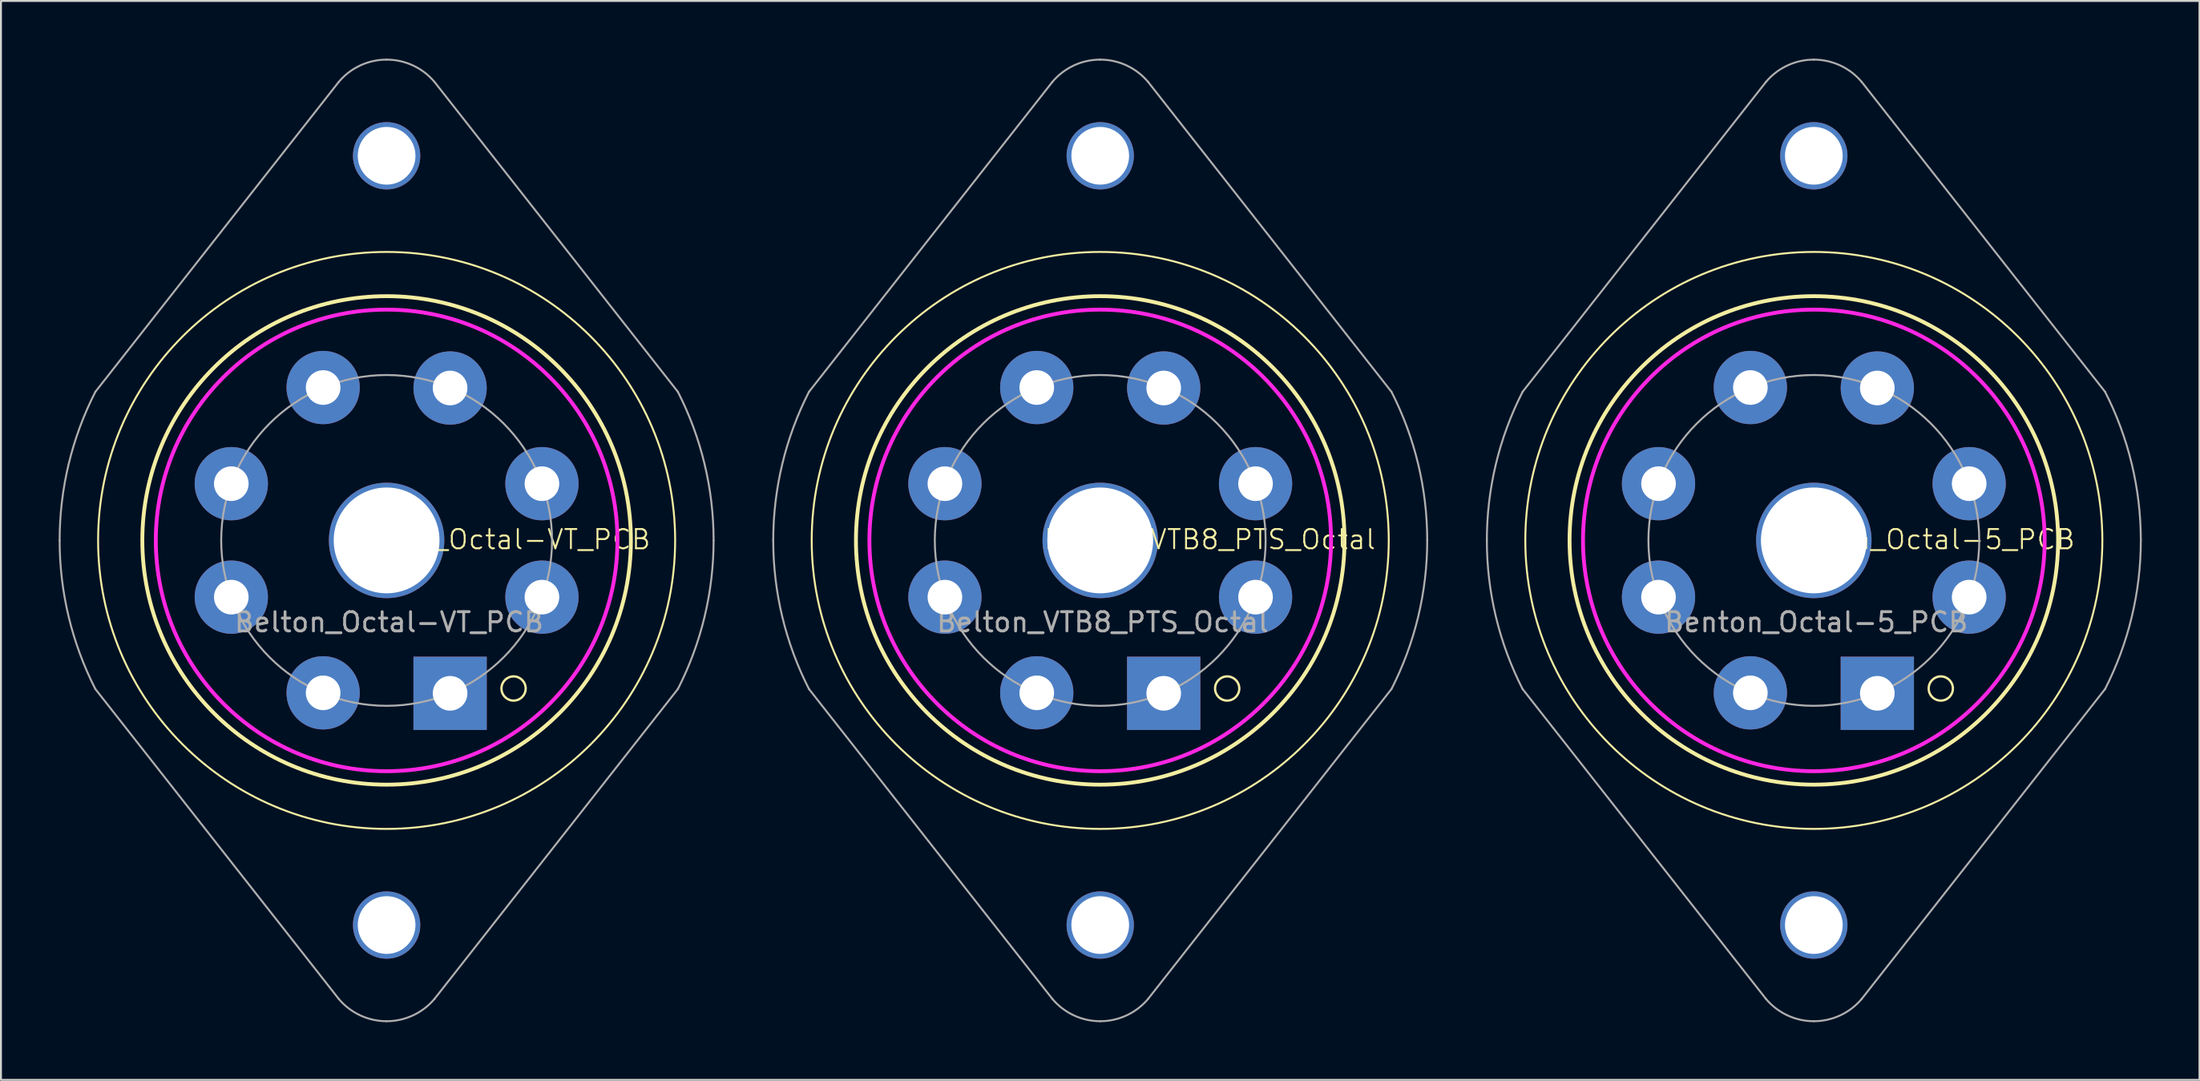
<source format=kicad_pcb>
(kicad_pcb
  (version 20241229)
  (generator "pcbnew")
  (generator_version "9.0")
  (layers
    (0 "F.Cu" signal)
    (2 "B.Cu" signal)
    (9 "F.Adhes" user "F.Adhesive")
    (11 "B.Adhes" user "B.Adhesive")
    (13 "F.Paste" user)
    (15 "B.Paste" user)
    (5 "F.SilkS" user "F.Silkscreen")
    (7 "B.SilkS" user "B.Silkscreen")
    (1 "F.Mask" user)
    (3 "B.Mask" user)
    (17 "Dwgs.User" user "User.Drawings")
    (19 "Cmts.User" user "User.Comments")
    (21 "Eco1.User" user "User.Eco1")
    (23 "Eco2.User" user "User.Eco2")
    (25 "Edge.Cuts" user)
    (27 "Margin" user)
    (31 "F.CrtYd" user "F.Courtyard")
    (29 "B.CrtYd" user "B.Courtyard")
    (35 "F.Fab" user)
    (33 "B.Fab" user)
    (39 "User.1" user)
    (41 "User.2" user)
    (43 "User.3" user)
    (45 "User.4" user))
  (footprint "Belton_Octal-VT_PCB"
    (layer "F.Cu")
    (at 17.125 25.025)
    (property "Reference" "Belton_Octal-VT_PCB" (at 5.625 -0.025 0) (unlocked yes) (layer "F.SilkS") (effects (font (size 1 1) (thickness 0.1))))
    (attr through_hole)
    (fp_circle (center -0.075 0.025) (end 12.625 0.025) (stroke (width 0.2) (type solid)) (fill no) (layer "F.SilkS"))
    (fp_circle (center -0.075 0.025) (end 14.925 0.025) (stroke (width 0.1) (type solid)) (fill no) (layer "F.SilkS"))
    (fp_circle (center 6.525 7.725) (end 6.965 8.175) (stroke (width 0.12) (type solid)) (fill no) (layer "F.SilkS"))
    (fp_circle (center -0.075 0.025) (end 11.925 0.025) (stroke (width 0.2) (type solid)) (fill no) (layer "F.CrtYd"))
    (fp_line (start -2.563 23.866) (end -15.216 7.754) (stroke (width 0.1) (type solid)) (layer "F.Fab"))
    (fp_line (start -2.563 -23.816) (end -15.216 -7.704) (stroke (width 0.1) (type solid)) (layer "F.Fab"))
    (fp_line (start 2.413 -23.816) (end 15.066 -7.704) (stroke (width 0.1) (type solid)) (layer "F.Fab"))
    (fp_line (start 2.413 23.866) (end 15.066 7.754) (stroke (width 0.1) (type solid)) (layer "F.Fab"))
    (fp_arc (start -17.075006 0.024999) (mid -16.603849 -3.949588) (end -15.216495 -7.703863) (stroke (width 0.1) (type solid)) (layer "F.Fab"))
    (fp_arc (start -15.216495 7.753861) (mid -16.603849 3.999586) (end -17.075006 0.024999) (stroke (width 0.1) (type solid)) (layer "F.Fab"))
    (fp_arc (start -2.563129 -23.815865) (mid -1.447441 -24.670999) (end -0.075 -24.975) (stroke (width 0.1) (type solid)) (layer "F.Fab"))
    (fp_arc (start -0.075006 25.024999) (mid -1.447447 24.720996) (end -2.563135 23.865864) (stroke (width 0.1) (type solid)) (layer "F.Fab"))
    (fp_arc (start -0.075 -24.975) (mid 1.297441 -24.670997) (end 2.413129 -23.815865) (stroke (width 0.1) (type solid)) (layer "F.Fab"))
    (fp_arc (start 2.413129 23.865864) (mid 1.297441 24.720996) (end -0.075 25.024999) (stroke (width 0.1) (type solid)) (layer "F.Fab"))
    (fp_arc (start 15.066489 -7.703862) (mid 16.453843 -3.949587) (end 16.925 0.025) (stroke (width 0.1) (type solid)) (layer "F.Fab"))
    (fp_arc (start 16.925 0.025) (mid 16.453843 3.999587) (end 15.066489 7.753862) (stroke (width 0.1) (type solid)) (layer "F.Fab"))
    (fp_circle (center -0.075 0.025) (end 8.525 0.025) (stroke (width 0.1) (type solid)) (fill no) (layer "F.Fab"))
    (fp_text user "${REFERENCE}" (at 0.05 4.275 0) (layer "F.Fab") (effects (font (size 1 1) (thickness 0.15))))
    (pad "" thru_hole circle (at -0.075 -19.975) (size 3.5 3.5) (drill 3) (layers "*.Cu" "*.Mask"))
    (pad "" thru_hole circle (at -0.075 0.025) (size 6 6) (drill 5.5) (layers "*.Cu" "*.Mask"))
    (pad "" thru_hole circle (at -0.075 20.025) (size 3.5 3.5) (drill 3) (layers "*.Cu" "*.Mask"))
    (pad "1" thru_hole rect (at 3.225 7.975) (size 3.81 3.81) (drill 1.8) (layers "*.Cu" "*.Mask"))
    (pad "2" thru_hole circle (at 8 2.975) (size 3.81 3.81) (drill 1.8) (layers "*.Cu" "*.Mask"))
    (pad "3" thru_hole circle (at 8 -2.925) (size 3.81 3.81) (drill 1.8) (layers "*.Cu" "*.Mask"))
    (pad "4" thru_hole circle (at 3.225 -7.9) (size 3.81 3.81) (drill 1.8) (layers "*.Cu" "*.Mask"))
    (pad "5" thru_hole circle (at -3.375 -7.925) (size 3.81 3.81) (drill 1.8) (layers "*.Cu" "*.Mask"))
    (pad "6" thru_hole circle (at -8.15 -2.925) (size 3.81 3.81) (drill 1.8) (layers "*.Cu" "*.Mask"))
    (pad "7" thru_hole circle (at -8.15 2.975) (size 3.81 3.81) (drill 1.8) (layers "*.Cu" "*.Mask"))
    (pad "8" thru_hole circle (at -3.375 7.95) (size 3.81 3.81) (drill 1.8) (layers "*.Cu" "*.Mask")))
  (footprint "Belton_VTB8_PTS_Octal"
    (layer "F.Cu")
    (at 54.225 25.025)
    (property "Reference" "Belton_VTB8_PTS_Octal" (at 5.625 -0.025 0) (unlocked yes) (layer "F.SilkS") (effects (font (size 1 1) (thickness 0.1))))
    (attr through_hole)
    (fp_circle (center -0.075 0.025) (end 12.625 0.025) (stroke (width 0.2) (type solid)) (fill no) (layer "F.SilkS"))
    (fp_circle (center -0.075 0.025) (end 14.925 0.025) (stroke (width 0.1) (type solid)) (fill no) (layer "F.SilkS"))
    (fp_circle (center 6.525 7.725) (end 6.965 8.175) (stroke (width 0.12) (type solid)) (fill no) (layer "F.SilkS"))
    (fp_circle (center -0.075 0.025) (end 11.925 0.025) (stroke (width 0.2) (type solid)) (fill no) (layer "F.CrtYd"))
    (fp_line (start -2.563 23.866) (end -15.216 7.754) (stroke (width 0.1) (type solid)) (layer "F.Fab"))
    (fp_line (start -2.563 -23.816) (end -15.216 -7.704) (stroke (width 0.1) (type solid)) (layer "F.Fab"))
    (fp_line (start 2.413 -23.816) (end 15.066 -7.704) (stroke (width 0.1) (type solid)) (layer "F.Fab"))
    (fp_line (start 2.413 23.866) (end 15.066 7.754) (stroke (width 0.1) (type solid)) (layer "F.Fab"))
    (fp_arc (start -17.075006 0.024999) (mid -16.603849 -3.949588) (end -15.216495 -7.703863) (stroke (width 0.1) (type solid)) (layer "F.Fab"))
    (fp_arc (start -15.216495 7.753861) (mid -16.603849 3.999586) (end -17.075006 0.024999) (stroke (width 0.1) (type solid)) (layer "F.Fab"))
    (fp_arc (start -2.563129 -23.815865) (mid -1.447441 -24.670999) (end -0.075 -24.975) (stroke (width 0.1) (type solid)) (layer "F.Fab"))
    (fp_arc (start -0.075006 25.024999) (mid -1.447447 24.720996) (end -2.563135 23.865864) (stroke (width 0.1) (type solid)) (layer "F.Fab"))
    (fp_arc (start -0.075 -24.975) (mid 1.297441 -24.670997) (end 2.413129 -23.815865) (stroke (width 0.1) (type solid)) (layer "F.Fab"))
    (fp_arc (start 2.413129 23.865864) (mid 1.297441 24.720996) (end -0.075 25.024999) (stroke (width 0.1) (type solid)) (layer "F.Fab"))
    (fp_arc (start 15.066489 -7.703862) (mid 16.453843 -3.949587) (end 16.925 0.025) (stroke (width 0.1) (type solid)) (layer "F.Fab"))
    (fp_arc (start 16.925 0.025) (mid 16.453843 3.999587) (end 15.066489 7.753862) (stroke (width 0.1) (type solid)) (layer "F.Fab"))
    (fp_circle (center -0.075 0.025) (end 8.525 0.025) (stroke (width 0.1) (type solid)) (fill no) (layer "F.Fab"))
    (fp_text user "${REFERENCE}" (at 0.05 4.275 0) (layer "F.Fab") (effects (font (size 1 1) (thickness 0.15))))
    (pad "" thru_hole circle (at -0.075 -19.975) (size 3.5 3.5) (drill 3) (layers "*.Cu" "*.Mask"))
    (pad "" thru_hole circle (at -0.075 0.025) (size 6 6) (drill 5.5) (layers "*.Cu" "*.Mask"))
    (pad "" thru_hole circle (at -0.075 20.025) (size 3.5 3.5) (drill 3) (layers "*.Cu" "*.Mask"))
    (pad "1" thru_hole rect (at 3.225 7.975) (size 3.81 3.81) (drill 1.8) (layers "*.Cu" "*.Mask"))
    (pad "2" thru_hole circle (at 8 2.975) (size 3.81 3.81) (drill 1.8) (layers "*.Cu" "*.Mask"))
    (pad "3" thru_hole circle (at 8 -2.925) (size 3.81 3.81) (drill 1.8) (layers "*.Cu" "*.Mask"))
    (pad "4" thru_hole circle (at 3.225 -7.9) (size 3.81 3.81) (drill 1.8) (layers "*.Cu" "*.Mask"))
    (pad "5" thru_hole circle (at -3.375 -7.925) (size 3.81 3.81) (drill 1.8) (layers "*.Cu" "*.Mask"))
    (pad "6" thru_hole circle (at -8.15 -2.925) (size 3.81 3.81) (drill 1.8) (layers "*.Cu" "*.Mask"))
    (pad "7" thru_hole circle (at -8.15 2.975) (size 3.81 3.81) (drill 1.8) (layers "*.Cu" "*.Mask"))
    (pad "8" thru_hole circle (at -3.375 7.95) (size 3.81 3.81) (drill 1.8) (layers "*.Cu" "*.Mask")))
  (footprint "Benton_Octal-5_PCB"
    (layer "F.Cu")
    (at 91.325 25.025)
    (property "Reference" "Benton_Octal-5_PCB" (at 5.625 -0.025 0) (unlocked yes) (layer "F.SilkS") (effects (font (size 1 1) (thickness 0.1))))
    (attr through_hole)
    (fp_circle (center -0.075 0.025) (end 12.625 0.025) (stroke (width 0.2) (type solid)) (fill no) (layer "F.SilkS"))
    (fp_circle (center -0.075 0.025) (end 14.925 0.025) (stroke (width 0.1) (type solid)) (fill no) (layer "F.SilkS"))
    (fp_circle (center 6.525 7.725) (end 6.965 8.175) (stroke (width 0.12) (type solid)) (fill no) (layer "F.SilkS"))
    (fp_circle (center -0.075 0.025) (end 11.925 0.025) (stroke (width 0.2) (type solid)) (fill no) (layer "F.CrtYd"))
    (fp_line (start -2.563 23.866) (end -15.216 7.754) (stroke (width 0.1) (type solid)) (layer "F.Fab"))
    (fp_line (start -2.563 -23.816) (end -15.216 -7.704) (stroke (width 0.1) (type solid)) (layer "F.Fab"))
    (fp_line (start 2.413 -23.816) (end 15.066 -7.704) (stroke (width 0.1) (type solid)) (layer "F.Fab"))
    (fp_line (start 2.413 23.866) (end 15.066 7.754) (stroke (width 0.1) (type solid)) (layer "F.Fab"))
    (fp_arc (start -17.075006 0.024999) (mid -16.603849 -3.949588) (end -15.216495 -7.703863) (stroke (width 0.1) (type solid)) (layer "F.Fab"))
    (fp_arc (start -15.216495 7.753861) (mid -16.603849 3.999586) (end -17.075006 0.024999) (stroke (width 0.1) (type solid)) (layer "F.Fab"))
    (fp_arc (start -2.563129 -23.815865) (mid -1.447441 -24.670999) (end -0.075 -24.975) (stroke (width 0.1) (type solid)) (layer "F.Fab"))
    (fp_arc (start -0.075006 25.024999) (mid -1.447447 24.720996) (end -2.563135 23.865864) (stroke (width 0.1) (type solid)) (layer "F.Fab"))
    (fp_arc (start -0.075 -24.975) (mid 1.297441 -24.670997) (end 2.413129 -23.815865) (stroke (width 0.1) (type solid)) (layer "F.Fab"))
    (fp_arc (start 2.413129 23.865864) (mid 1.297441 24.720996) (end -0.075 25.024999) (stroke (width 0.1) (type solid)) (layer "F.Fab"))
    (fp_arc (start 15.066489 -7.703862) (mid 16.453843 -3.949587) (end 16.925 0.025) (stroke (width 0.1) (type solid)) (layer "F.Fab"))
    (fp_arc (start 16.925 0.025) (mid 16.453843 3.999587) (end 15.066489 7.753862) (stroke (width 0.1) (type solid)) (layer "F.Fab"))
    (fp_circle (center -0.075 0.025) (end 8.525 0.025) (stroke (width 0.1) (type solid)) (fill no) (layer "F.Fab"))
    (fp_text user "${REFERENCE}" (at 0.05 4.275 0) (layer "F.Fab") (effects (font (size 1 1) (thickness 0.15))))
    (pad "" thru_hole circle (at -0.075 -19.975) (size 3.5 3.5) (drill 3) (layers "*.Cu" "*.Mask"))
    (pad "" thru_hole circle (at -0.075 0.025) (size 6 6) (drill 5.5) (layers "*.Cu" "*.Mask"))
    (pad "" thru_hole circle (at -0.075 20.025) (size 3.5 3.5) (drill 3) (layers "*.Cu" "*.Mask"))
    (pad "1" thru_hole rect (at 3.225 7.975) (size 3.81 3.81) (drill 1.8) (layers "*.Cu" "*.Mask"))
    (pad "2" thru_hole circle (at 8 2.975) (size 3.81 3.81) (drill 1.8) (layers "*.Cu" "*.Mask"))
    (pad "3" thru_hole circle (at 8 -2.925) (size 3.81 3.81) (drill 1.8) (layers "*.Cu" "*.Mask"))
    (pad "4" thru_hole circle (at 3.225 -7.9) (size 3.81 3.81) (drill 1.8) (layers "*.Cu" "*.Mask"))
    (pad "5" thru_hole circle (at -3.375 -7.925) (size 3.81 3.81) (drill 1.8) (layers "*.Cu" "*.Mask"))
    (pad "6" thru_hole circle (at -8.15 -2.925) (size 3.81 3.81) (drill 1.8) (layers "*.Cu" "*.Mask"))
    (pad "7" thru_hole circle (at -8.15 2.975) (size 3.81 3.81) (drill 1.8) (layers "*.Cu" "*.Mask"))
    (pad "8" thru_hole circle (at -3.375 7.95) (size 3.81 3.81) (drill 1.8) (layers "*.Cu" "*.Mask")))
  (gr_rect
    (start -3 -3)
    (end 111.3 53.1)
    (stroke (width 0.1) (type default))
    (fill no)
    (layer "Edge.Cuts")))
</source>
